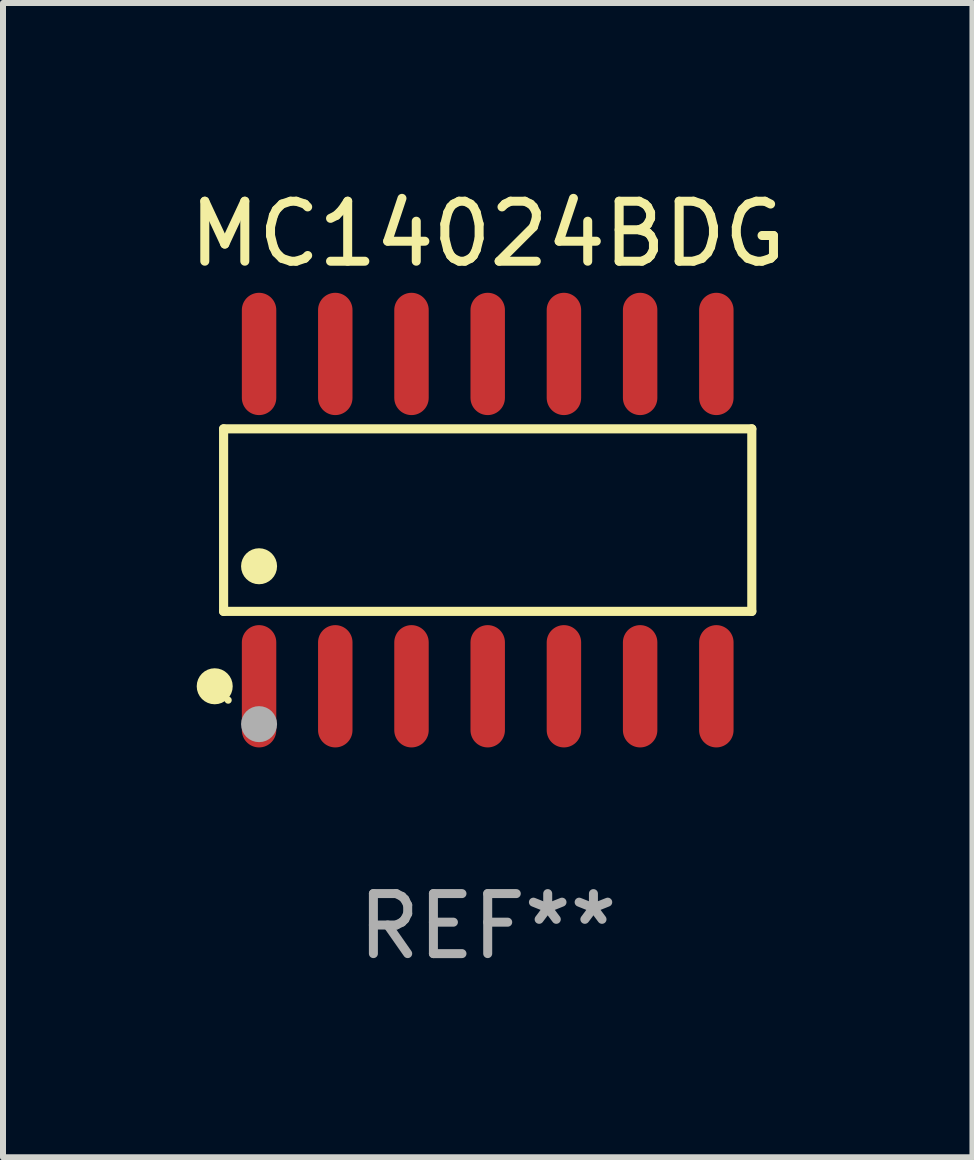
<source format=kicad_pcb>
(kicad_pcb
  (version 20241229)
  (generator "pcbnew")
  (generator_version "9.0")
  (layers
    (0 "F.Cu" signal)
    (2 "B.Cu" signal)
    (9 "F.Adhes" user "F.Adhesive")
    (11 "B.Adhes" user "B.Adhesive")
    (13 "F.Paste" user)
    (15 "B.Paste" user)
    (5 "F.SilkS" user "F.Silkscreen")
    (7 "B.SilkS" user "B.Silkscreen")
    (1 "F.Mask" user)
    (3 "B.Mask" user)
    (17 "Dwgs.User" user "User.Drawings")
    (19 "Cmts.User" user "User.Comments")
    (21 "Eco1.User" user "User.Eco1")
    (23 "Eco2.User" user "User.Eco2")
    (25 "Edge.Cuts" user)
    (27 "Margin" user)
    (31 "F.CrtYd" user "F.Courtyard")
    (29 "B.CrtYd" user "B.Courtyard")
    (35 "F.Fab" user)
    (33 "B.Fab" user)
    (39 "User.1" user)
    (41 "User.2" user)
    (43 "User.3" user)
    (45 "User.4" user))
  (footprint "MC14024BDG"
    (layer "F.Cu")
    (at 5.077 5.617)
    (property "Reference" "MC14024BDG" (at 0 -4.769 0) (layer "F.SilkS") (effects (font (size 1 1) (thickness 0.15))))
    (attr through_hole)
    (fp_line (start -4.401 -1.521) (end 4.401 -1.521) (stroke (width 0.152) (type solid)) (layer "F.SilkS"))
    (fp_line (start -4.401 1.521) (end -4.401 -1.521) (stroke (width 0.152) (type solid)) (layer "F.SilkS"))
    (fp_line (start 4.401 -1.521) (end 4.401 1.521) (stroke (width 0.152) (type solid)) (layer "F.SilkS"))
    (fp_line (start 4.401 1.521) (end -4.401 1.521) (stroke (width 0.152) (type solid)) (layer "F.SilkS"))
    (fp_circle (center -4.549 2.769) (end -4.399 2.769) (stroke (width 0.3) (type solid)) (fill no) (layer "F.SilkS"))
    (fp_circle (center -4.325 3) (end -4.295 3) (stroke (width 0.06) (type solid)) (fill no) (layer "F.SilkS"))
    (fp_circle (center -3.81 0.769) (end -3.66 0.769) (stroke (width 0.3) (type solid)) (fill no) (layer "F.SilkS"))
    (fp_circle (center -3.81 3.4) (end -3.66 3.4) (stroke (width 0.3) (type solid)) (fill no) (layer "F.Fab"))
    (fp_text user "REF**" (at 0 6.769 0) (layer "F.Fab") (effects (font (size 1 1) (thickness 0.15))))
    (pad "1" smd oval (at -3.81 2.769) (size 0.574 2.038) (layers "F.Cu" "F.Mask" "F.Paste"))
    (pad "2" smd oval (at -2.54 2.769) (size 0.574 2.038) (layers "F.Cu" "F.Mask" "F.Paste"))
    (pad "3" smd oval (at -1.27 2.769) (size 0.574 2.038) (layers "F.Cu" "F.Mask" "F.Paste"))
    (pad "4" smd oval (at 0 2.769) (size 0.574 2.038) (layers "F.Cu" "F.Mask" "F.Paste"))
    (pad "5" smd oval (at 1.27 2.769) (size 0.574 2.038) (layers "F.Cu" "F.Mask" "F.Paste"))
    (pad "6" smd oval (at 2.54 2.769) (size 0.574 2.038) (layers "F.Cu" "F.Mask" "F.Paste"))
    (pad "7" smd oval (at 3.81 2.769) (size 0.574 2.038) (layers "F.Cu" "F.Mask" "F.Paste"))
    (pad "8" smd oval (at 3.81 -2.769) (size 0.574 2.038) (layers "F.Cu" "F.Mask" "F.Paste"))
    (pad "9" smd oval (at 2.54 -2.769) (size 0.574 2.038) (layers "F.Cu" "F.Mask" "F.Paste"))
    (pad "10" smd oval (at 1.27 -2.769) (size 0.574 2.038) (layers "F.Cu" "F.Mask" "F.Paste"))
    (pad "11" smd oval (at 0 -2.769) (size 0.574 2.038) (layers "F.Cu" "F.Mask" "F.Paste"))
    (pad "12" smd oval (at -1.27 -2.769) (size 0.574 2.038) (layers "F.Cu" "F.Mask" "F.Paste"))
    (pad "13" smd oval (at -2.54 -2.769) (size 0.574 2.038) (layers "F.Cu" "F.Mask" "F.Paste"))
    (pad "14" smd oval (at -3.81 -2.769) (size 0.574 2.038) (layers "F.Cu" "F.Mask" "F.Paste")))
  (gr_rect
    (start -3 -3)
    (end 13.155 16.235)
    (stroke (width 0.1) (type default))
    (fill no)
    (layer "Edge.Cuts")))
</source>
